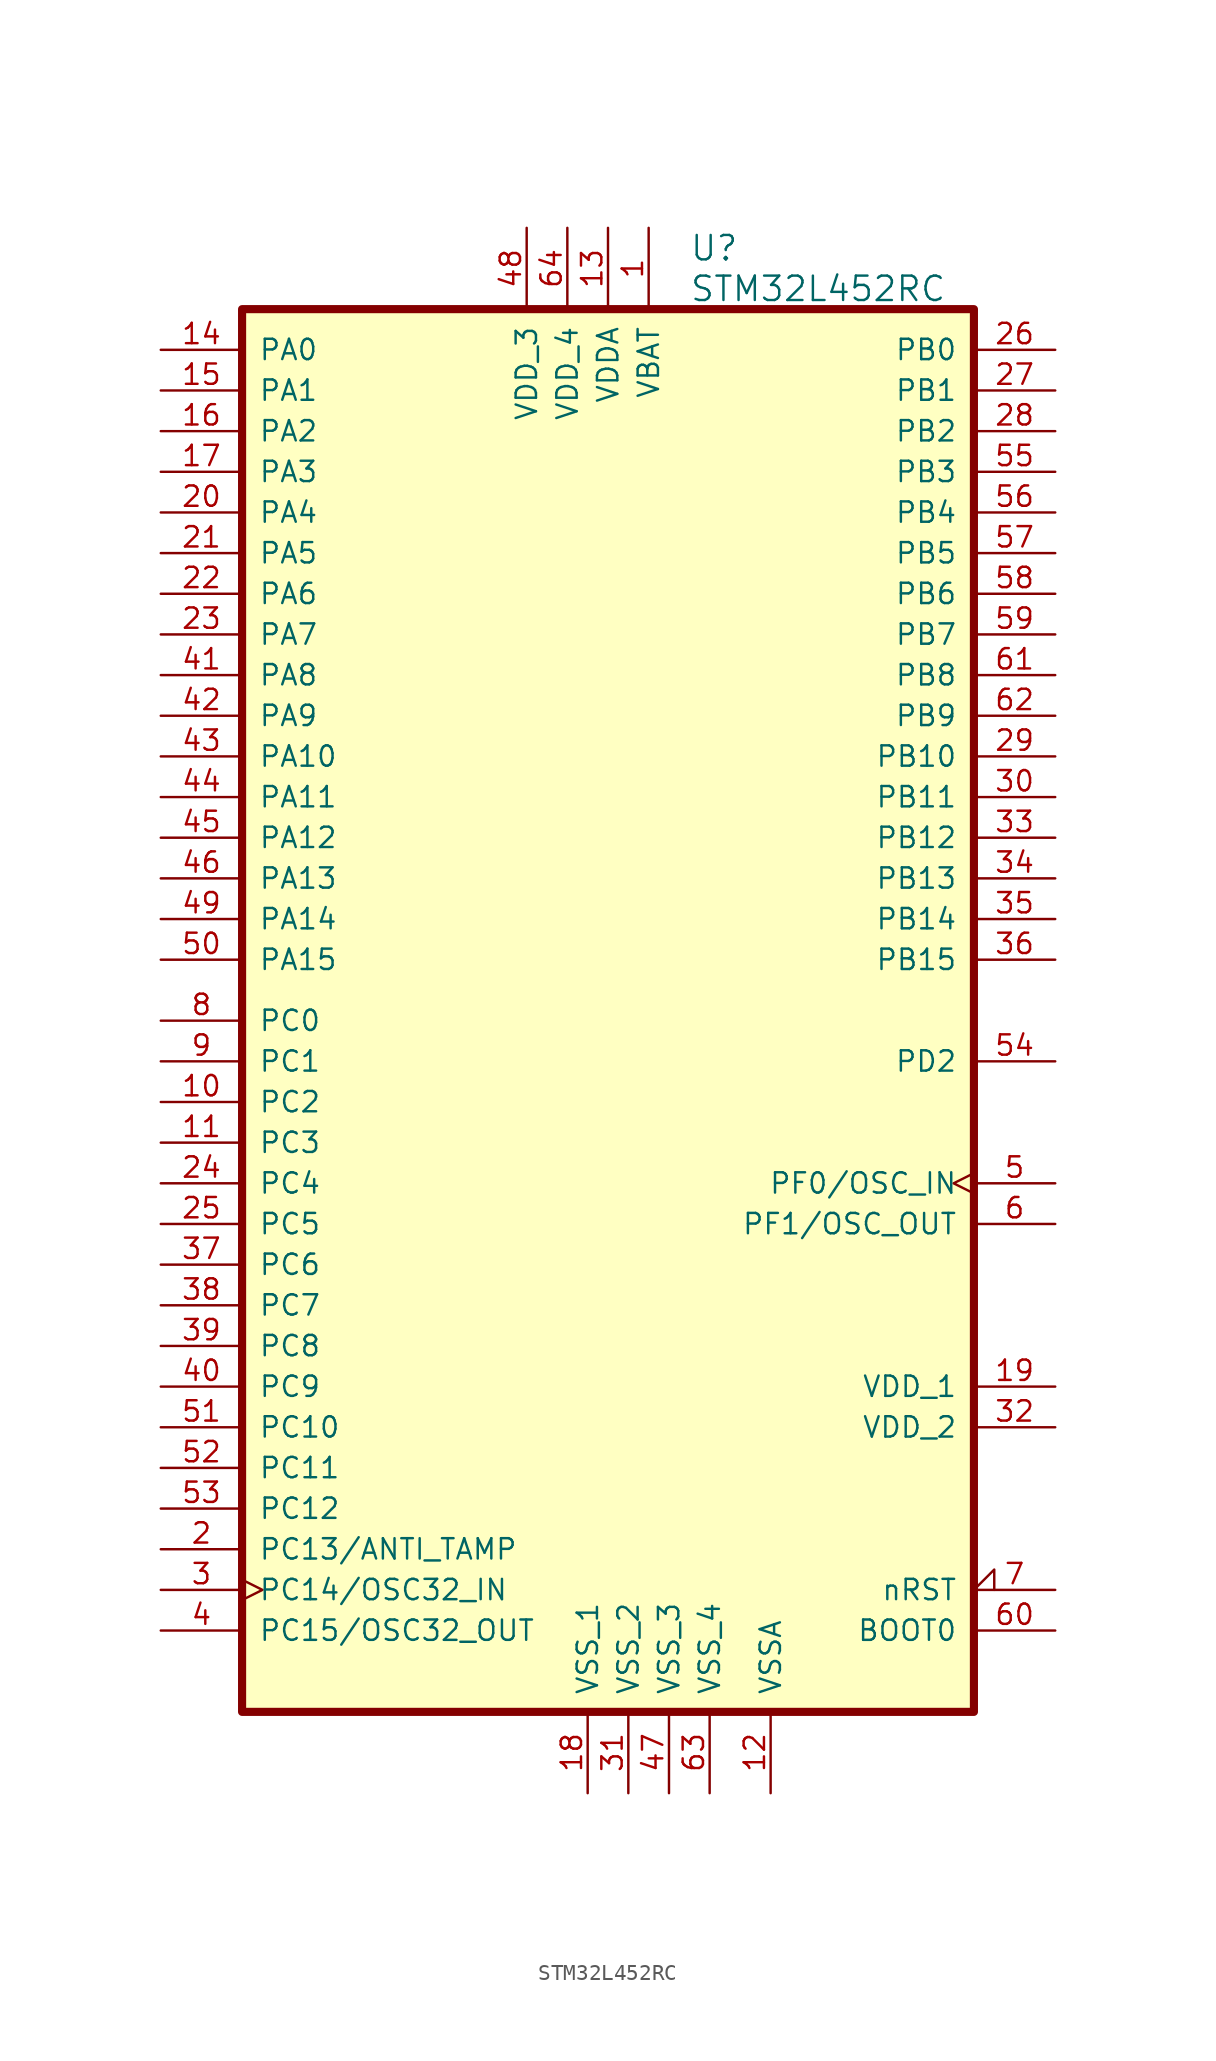
<source format=kicad_sym>
(kicad_symbol_lib
  (version 20220126)
  (generator kicad_symbol_editor)
  (symbol "STM32L452RC"
    (pin_names
      (offset 1.016))
    (property "Reference" "U"
      (at 5.08 44.45 0)
      (effects (font (size 1.524 1.524)) (justify left)))
    (property "Value" "STM32L452RC"
      (at 5.08 41.91 0)
      (effects (font (size 1.524 1.524)) (justify left)))
    (symbol "STM32L452RC_0_0"
      (rectangle (start -22.86 40.64) (end 22.86 -46.99) (stroke (width 0.508) (type default)) (fill (type background))))
    (symbol "STM32L452RC_1_1"
      (pin power_in line (at 2.54 45.72 270) (length 5.08) (name "VBAT" (effects (font (size 1.27 1.27)))) (number "1" (effects (font (size 1.27 1.27)))))
      (pin bidirectional line (at -27.94 -8.89 0) (length 5.08) (name "PC2" (effects (font (size 1.27 1.27)))) (number "10" (effects (font (size 1.27 1.27)))))
      (pin bidirectional line (at -27.94 -11.43 0) (length 5.08) (name "PC3" (effects (font (size 1.27 1.27)))) (number "11" (effects (font (size 1.27 1.27)))))
      (pin power_in line (at 10.16 -52.07 90) (length 5.08) (name "VSSA" (effects (font (size 1.27 1.27)))) (number "12" (effects (font (size 1.27 1.27)))))
      (pin power_in line (at 0 45.72 270) (length 5.08) (name "VDDA" (effects (font (size 1.27 1.27)))) (number "13" (effects (font (size 1.27 1.27)))))
      (pin bidirectional line (at -27.94 38.1 0) (length 5.08) (name "PA0" (effects (font (size 1.27 1.27)))) (number "14" (effects (font (size 1.27 1.27)))))
      (pin bidirectional line (at -27.94 35.56 0) (length 5.08) (name "PA1" (effects (font (size 1.27 1.27)))) (number "15" (effects (font (size 1.27 1.27)))))
      (pin bidirectional line (at -27.94 33.02 0) (length 5.08) (name "PA2" (effects (font (size 1.27 1.27)))) (number "16" (effects (font (size 1.27 1.27)))))
      (pin bidirectional line (at -27.94 30.48 0) (length 5.08) (name "PA3" (effects (font (size 1.27 1.27)))) (number "17" (effects (font (size 1.27 1.27)))))
      (pin power_in line (at -1.27 -52.07 90) (length 5.08) (name "VSS_1" (effects (font (size 1.27 1.27)))) (number "18" (effects (font (size 1.27 1.27)))))
      (pin power_in line (at 27.94 -26.67 180) (length 5.08) (name "VDD_1" (effects (font (size 1.27 1.27)))) (number "19" (effects (font (size 1.27 1.27)))))
      (pin bidirectional line (at -27.94 -36.83 0) (length 5.08) (name "PC13/ANTI_TAMP" (effects (font (size 1.27 1.27)))) (number "2" (effects (font (size 1.27 1.27)))))
      (pin bidirectional line (at -27.94 27.94 0) (length 5.08) (name "PA4" (effects (font (size 1.27 1.27)))) (number "20" (effects (font (size 1.27 1.27)))))
      (pin bidirectional line (at -27.94 25.4 0) (length 5.08) (name "PA5" (effects (font (size 1.27 1.27)))) (number "21" (effects (font (size 1.27 1.27)))))
      (pin bidirectional line (at -27.94 22.86 0) (length 5.08) (name "PA6" (effects (font (size 1.27 1.27)))) (number "22" (effects (font (size 1.27 1.27)))))
      (pin bidirectional line (at -27.94 20.32 0) (length 5.08) (name "PA7" (effects (font (size 1.27 1.27)))) (number "23" (effects (font (size 1.27 1.27)))))
      (pin bidirectional line (at -27.94 -13.97 0) (length 5.08) (name "PC4" (effects (font (size 1.27 1.27)))) (number "24" (effects (font (size 1.27 1.27)))))
      (pin bidirectional line (at -27.94 -16.51 0) (length 5.08) (name "PC5" (effects (font (size 1.27 1.27)))) (number "25" (effects (font (size 1.27 1.27)))))
      (pin bidirectional line (at 27.94 38.1 180) (length 5.08) (name "PB0" (effects (font (size 1.27 1.27)))) (number "26" (effects (font (size 1.27 1.27)))))
      (pin bidirectional line (at 27.94 35.56 180) (length 5.08) (name "PB1" (effects (font (size 1.27 1.27)))) (number "27" (effects (font (size 1.27 1.27)))))
      (pin bidirectional line (at 27.94 33.02 180) (length 5.08) (name "PB2" (effects (font (size 1.27 1.27)))) (number "28" (effects (font (size 1.27 1.27)))))
      (pin bidirectional line (at 27.94 12.7 180) (length 5.08) (name "PB10" (effects (font (size 1.27 1.27)))) (number "29" (effects (font (size 1.27 1.27)))))
      (pin bidirectional clock (at -27.94 -39.37 0) (length 5.08) (name "PC14/OSC32_IN" (effects (font (size 1.27 1.27)))) (number "3" (effects (font (size 1.27 1.27)))))
      (pin bidirectional line (at 27.94 10.16 180) (length 5.08) (name "PB11" (effects (font (size 1.27 1.27)))) (number "30" (effects (font (size 1.27 1.27)))))
      (pin power_in line (at 1.27 -52.07 90) (length 5.08) (name "VSS_2" (effects (font (size 1.27 1.27)))) (number "31" (effects (font (size 1.27 1.27)))))
      (pin power_in line (at 27.94 -29.21 180) (length 5.08) (name "VDD_2" (effects (font (size 1.27 1.27)))) (number "32" (effects (font (size 1.27 1.27)))))
      (pin bidirectional line (at 27.94 7.62 180) (length 5.08) (name "PB12" (effects (font (size 1.27 1.27)))) (number "33" (effects (font (size 1.27 1.27)))))
      (pin bidirectional line (at 27.94 5.08 180) (length 5.08) (name "PB13" (effects (font (size 1.27 1.27)))) (number "34" (effects (font (size 1.27 1.27)))))
      (pin bidirectional line (at 27.94 2.54 180) (length 5.08) (name "PB14" (effects (font (size 1.27 1.27)))) (number "35" (effects (font (size 1.27 1.27)))))
      (pin bidirectional line (at 27.94 0 180) (length 5.08) (name "PB15" (effects (font (size 1.27 1.27)))) (number "36" (effects (font (size 1.27 1.27)))))
      (pin bidirectional line (at -27.94 -19.05 0) (length 5.08) (name "PC6" (effects (font (size 1.27 1.27)))) (number "37" (effects (font (size 1.27 1.27)))))
      (pin bidirectional line (at -27.94 -21.59 0) (length 5.08) (name "PC7" (effects (font (size 1.27 1.27)))) (number "38" (effects (font (size 1.27 1.27)))))
      (pin bidirectional line (at -27.94 -24.13 0) (length 5.08) (name "PC8" (effects (font (size 1.27 1.27)))) (number "39" (effects (font (size 1.27 1.27)))))
      (pin bidirectional line (at -27.94 -41.91 0) (length 5.08) (name "PC15/OSC32_OUT" (effects (font (size 1.27 1.27)))) (number "4" (effects (font (size 1.27 1.27)))))
      (pin bidirectional line (at -27.94 -26.67 0) (length 5.08) (name "PC9" (effects (font (size 1.27 1.27)))) (number "40" (effects (font (size 1.27 1.27)))))
      (pin bidirectional line (at -27.94 17.78 0) (length 5.08) (name "PA8" (effects (font (size 1.27 1.27)))) (number "41" (effects (font (size 1.27 1.27)))))
      (pin bidirectional line (at -27.94 15.24 0) (length 5.08) (name "PA9" (effects (font (size 1.27 1.27)))) (number "42" (effects (font (size 1.27 1.27)))))
      (pin bidirectional line (at -27.94 12.7 0) (length 5.08) (name "PA10" (effects (font (size 1.27 1.27)))) (number "43" (effects (font (size 1.27 1.27)))))
      (pin bidirectional line (at -27.94 10.16 0) (length 5.08) (name "PA11" (effects (font (size 1.27 1.27)))) (number "44" (effects (font (size 1.27 1.27)))))
      (pin bidirectional line (at -27.94 7.62 0) (length 5.08) (name "PA12" (effects (font (size 1.27 1.27)))) (number "45" (effects (font (size 1.27 1.27)))))
      (pin bidirectional line (at -27.94 5.08 0) (length 5.08) (name "PA13" (effects (font (size 1.27 1.27)))) (number "46" (effects (font (size 1.27 1.27)))))
      (pin power_in line (at 3.81 -52.07 90) (length 5.08) (name "VSS_3" (effects (font (size 1.27 1.27)))) (number "47" (effects (font (size 1.27 1.27)))))
      (pin power_in line (at -5.08 45.72 270) (length 5.08) (name "VDD_3" (effects (font (size 1.27 1.27)))) (number "48" (effects (font (size 1.27 1.27)))))
      (pin bidirectional line (at -27.94 2.54 0) (length 5.08) (name "PA14" (effects (font (size 1.27 1.27)))) (number "49" (effects (font (size 1.27 1.27)))))
      (pin input clock (at 27.94 -13.97 180) (length 5.08) (name "PF0/OSC_IN" (effects (font (size 1.27 1.27)))) (number "5" (effects (font (size 1.27 1.27)))))
      (pin bidirectional line (at -27.94 0 0) (length 5.08) (name "PA15" (effects (font (size 1.27 1.27)))) (number "50" (effects (font (size 1.27 1.27)))))
      (pin bidirectional line (at -27.94 -29.21 0) (length 5.08) (name "PC10" (effects (font (size 1.27 1.27)))) (number "51" (effects (font (size 1.27 1.27)))))
      (pin bidirectional line (at -27.94 -31.75 0) (length 5.08) (name "PC11" (effects (font (size 1.27 1.27)))) (number "52" (effects (font (size 1.27 1.27)))))
      (pin input line (at -27.94 -34.29 0) (length 5.08) (name "PC12" (effects (font (size 1.27 1.27)))) (number "53" (effects (font (size 1.27 1.27)))))
      (pin input line (at 27.94 -6.35 180) (length 5.08) (name "PD2" (effects (font (size 1.27 1.27)))) (number "54" (effects (font (size 1.27 1.27)))))
      (pin bidirectional line (at 27.94 30.48 180) (length 5.08) (name "PB3" (effects (font (size 1.27 1.27)))) (number "55" (effects (font (size 1.27 1.27)))))
      (pin bidirectional line (at 27.94 27.94 180) (length 5.08) (name "PB4" (effects (font (size 1.27 1.27)))) (number "56" (effects (font (size 1.27 1.27)))))
      (pin bidirectional line (at 27.94 25.4 180) (length 5.08) (name "PB5" (effects (font (size 1.27 1.27)))) (number "57" (effects (font (size 1.27 1.27)))))
      (pin bidirectional line (at 27.94 22.86 180) (length 5.08) (name "PB6" (effects (font (size 1.27 1.27)))) (number "58" (effects (font (size 1.27 1.27)))))
      (pin bidirectional line (at 27.94 20.32 180) (length 5.08) (name "PB7" (effects (font (size 1.27 1.27)))) (number "59" (effects (font (size 1.27 1.27)))))
      (pin output line (at 27.94 -16.51 180) (length 5.08) (name "PF1/OSC_OUT" (effects (font (size 1.27 1.27)))) (number "6" (effects (font (size 1.27 1.27)))))
      (pin input line (at 27.94 -41.91 180) (length 5.08) (name "BOOT0" (effects (font (size 1.27 1.27)))) (number "60" (effects (font (size 1.27 1.27)))))
      (pin bidirectional line (at 27.94 17.78 180) (length 5.08) (name "PB8" (effects (font (size 1.27 1.27)))) (number "61" (effects (font (size 1.27 1.27)))))
      (pin bidirectional line (at 27.94 15.24 180) (length 5.08) (name "PB9" (effects (font (size 1.27 1.27)))) (number "62" (effects (font (size 1.27 1.27)))))
      (pin power_in line (at 6.35 -52.07 90) (length 5.08) (name "VSS_4" (effects (font (size 1.27 1.27)))) (number "63" (effects (font (size 1.27 1.27)))))
      (pin power_in line (at -2.54 45.72 270) (length 5.08) (name "VDD_4" (effects (font (size 1.27 1.27)))) (number "64" (effects (font (size 1.27 1.27)))))
      (pin input input_low (at 27.94 -39.37 180) (length 5.08) (name "nRST" (effects (font (size 1.27 1.27)))) (number "7" (effects (font (size 1.27 1.27)))))
      (pin bidirectional line (at -27.94 -3.81 0) (length 5.08) (name "PC0" (effects (font (size 1.27 1.27)))) (number "8" (effects (font (size 1.27 1.27)))))
      (pin bidirectional line (at -27.94 -6.35 0) (length 5.08) (name "PC1" (effects (font (size 1.27 1.27)))) (number "9" (effects (font (size 1.27 1.27))))))))
</source>
